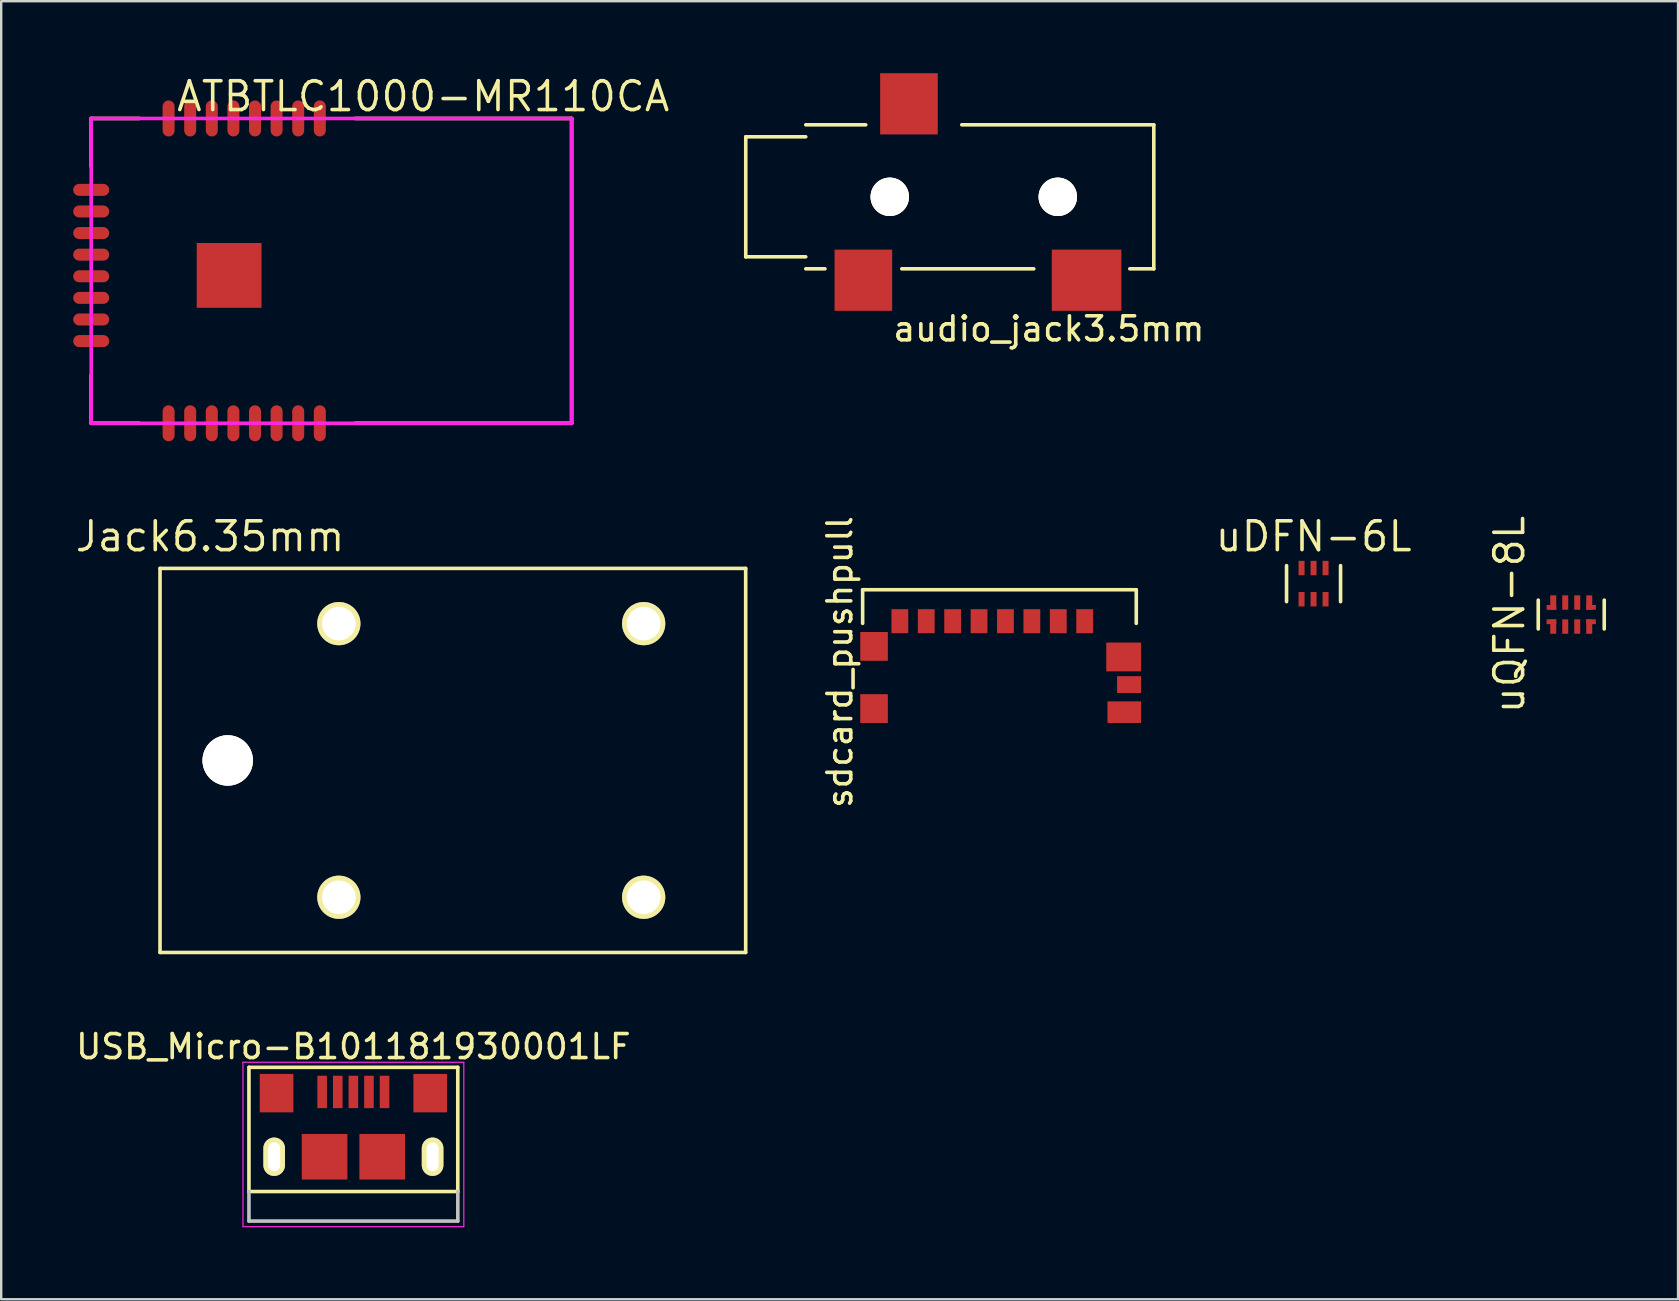
<source format=kicad_pcb>
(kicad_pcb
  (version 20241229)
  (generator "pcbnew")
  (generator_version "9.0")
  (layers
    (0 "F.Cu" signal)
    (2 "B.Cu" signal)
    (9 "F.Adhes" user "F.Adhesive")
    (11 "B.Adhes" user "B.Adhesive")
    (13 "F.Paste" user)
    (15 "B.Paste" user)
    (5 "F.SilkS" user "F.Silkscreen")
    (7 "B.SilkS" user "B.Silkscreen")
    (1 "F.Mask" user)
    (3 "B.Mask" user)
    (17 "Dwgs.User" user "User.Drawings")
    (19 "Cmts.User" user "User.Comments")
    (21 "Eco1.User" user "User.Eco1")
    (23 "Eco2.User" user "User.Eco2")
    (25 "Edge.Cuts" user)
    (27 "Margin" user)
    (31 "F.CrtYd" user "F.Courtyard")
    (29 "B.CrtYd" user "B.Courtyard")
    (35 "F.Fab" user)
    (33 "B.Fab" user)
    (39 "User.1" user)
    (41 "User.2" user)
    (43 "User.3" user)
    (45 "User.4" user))
  (footprint "ATBTLC1000-MR110CA"
    (layer "F.Cu")
    (at 0.75 8.235)
    (property "Reference" "ATBTLC1000-MR110CA" (at 13.833 -7.269 0) (layer "F.SilkS") (effects (font (size 1.2 1.2) (thickness 0.15))))
    (attr through_hole)
    (fp_line (start 0 -6.35) (end 0 -4.35) (stroke (width 0.15) (type solid)) (layer "F.SilkS"))
    (fp_line (start 0 -6.35) (end 2 -6.35) (stroke (width 0.15) (type solid)) (layer "F.SilkS"))
    (fp_line (start 0 4.35) (end 0 6.35) (stroke (width 0.15) (type solid)) (layer "F.SilkS"))
    (fp_line (start 0 6.35) (end 2 6.35) (stroke (width 0.15) (type solid)) (layer "F.SilkS"))
    (fp_line (start 11 -6.35) (end 20.015 -6.35) (stroke (width 0.15) (type solid)) (layer "F.SilkS"))
    (fp_line (start 11 6.35) (end 20.015 6.35) (stroke (width 0.15) (type solid)) (layer "F.SilkS"))
    (fp_line (start 20.015 6.35) (end 20.015 -6.35) (stroke (width 0.15) (type solid)) (layer "F.SilkS"))
    (fp_line (start 0 -6.35) (end 20.015 -6.35) (stroke (width 0.15) (type solid)) (layer "F.CrtYd"))
    (fp_line (start 0 6.35) (end 0 -6.35) (stroke (width 0.15) (type solid)) (layer "F.CrtYd"))
    (fp_line (start 0 6.35) (end 20.015 6.35) (stroke (width 0.15) (type solid)) (layer "F.CrtYd"))
    (fp_line (start 20.015 -6.35) (end 20.015 6.35) (stroke (width 0.15) (type solid)) (layer "F.CrtYd"))
    (pad "1" smd oval (at 9.524 -6.35) (size 0.5 1.5) (layers "F.Cu" "F.Mask" "F.Paste"))
    (pad "2" smd oval (at 8.624 -6.35) (size 0.5 1.5) (layers "F.Cu" "F.Mask" "F.Paste"))
    (pad "3" smd oval (at 7.724 -6.35) (size 0.5 1.5) (layers "F.Cu" "F.Mask" "F.Paste"))
    (pad "4" smd oval (at 6.824 -6.35) (size 0.5 1.5) (layers "F.Cu" "F.Mask" "F.Paste"))
    (pad "5" smd oval (at 5.924 -6.35) (size 0.5 1.5) (layers "F.Cu" "F.Mask" "F.Paste"))
    (pad "6" smd oval (at 5.024 -6.35) (size 0.5 1.5) (layers "F.Cu" "F.Mask" "F.Paste"))
    (pad "7" smd oval (at 4.124 -6.35 180) (size 0.5 1.5) (layers "F.Cu" "F.Mask" "F.Paste"))
    (pad "8" smd oval (at 3.224 -6.35 180) (size 0.5 1.5) (layers "F.Cu" "F.Mask" "F.Paste"))
    (pad "9" smd oval (at 0 -3.375 270) (size 0.5 1.5) (layers "F.Cu" "F.Mask" "F.Paste"))
    (pad "10" smd oval (at 0 -2.475 270) (size 0.5 1.5) (layers "F.Cu" "F.Mask" "F.Paste"))
    (pad "11" smd oval (at 0 -1.575 270) (size 0.5 1.5) (layers "F.Cu" "F.Mask" "F.Paste"))
    (pad "12" smd oval (at 0 -0.675 270) (size 0.5 1.5) (layers "F.Cu" "F.Mask" "F.Paste"))
    (pad "13" smd oval (at 0 0.225 270) (size 0.5 1.5) (layers "F.Cu" "F.Mask" "F.Paste"))
    (pad "14" smd oval (at 0 1.125 270) (size 0.5 1.5) (layers "F.Cu" "F.Mask" "F.Paste"))
    (pad "15" smd oval (at 0 2.025 270) (size 0.5 1.5) (layers "F.Cu" "F.Mask" "F.Paste"))
    (pad "16" smd oval (at 0 2.925 270) (size 0.5 1.5) (layers "F.Cu" "F.Mask" "F.Paste"))
    (pad "17" smd oval (at 3.224 6.35 180) (size 0.5 1.5) (layers "F.Cu" "F.Mask" "F.Paste"))
    (pad "18" smd oval (at 4.124 6.35 180) (size 0.5 1.5) (layers "F.Cu" "F.Mask" "F.Paste"))
    (pad "19" smd oval (at 5.024 6.35 180) (size 0.5 1.5) (layers "F.Cu" "F.Mask" "F.Paste"))
    (pad "20" smd oval (at 5.924 6.35 180) (size 0.5 1.5) (layers "F.Cu" "F.Mask" "F.Paste"))
    (pad "21" smd oval (at 6.824 6.35 180) (size 0.5 1.5) (layers "F.Cu" "F.Mask" "F.Paste"))
    (pad "22" smd oval (at 7.724 6.35 180) (size 0.5 1.5) (layers "F.Cu" "F.Mask" "F.Paste"))
    (pad "23" smd oval (at 8.624 6.35 180) (size 0.5 1.5) (layers "F.Cu" "F.Mask" "F.Paste"))
    (pad "24" smd oval (at 9.524 6.35 180) (size 0.5 1.5) (layers "F.Cu" "F.Mask" "F.Paste"))
    (pad "25" smd rect (at 5.746 0.189 180) (size 2.7 2.7) (layers "F.Cu" "F.Mask" "F.Paste")))
  (footprint "audio_jack3.5mm"
    (layer "F.Cu")
    (at 41.02 5.15)
    (property "Reference" "audio_jack3.5mm" (at -0.371 5.502 0) (layer "F.SilkS") (effects (font (size 1 1) (thickness 0.15))))
    (attr through_hole)
    (fp_line (start -13 -2.5) (end -13 2.5) (stroke (width 0.15) (type solid)) (layer "F.SilkS"))
    (fp_line (start -10.5 -2.5) (end -13 -2.5) (stroke (width 0.15) (type solid)) (layer "F.SilkS"))
    (fp_line (start -10.5 2.5) (end -13 2.5) (stroke (width 0.15) (type solid)) (layer "F.SilkS"))
    (fp_line (start -9.7 3) (end -10.5 3) (stroke (width 0.15) (type solid)) (layer "F.SilkS"))
    (fp_line (start -8 -3) (end -10.5 -3) (stroke (width 0.15) (type solid)) (layer "F.SilkS"))
    (fp_line (start -1 3) (end -6.5 3) (stroke (width 0.15) (type solid)) (layer "F.SilkS"))
    (fp_line (start 4 -3) (end -4 -3) (stroke (width 0.15) (type solid)) (layer "F.SilkS"))
    (fp_line (start 4 -3) (end 4 3) (stroke (width 0.15) (type solid)) (layer "F.SilkS"))
    (fp_line (start 4 3) (end 3 3) (stroke (width 0.15) (type solid)) (layer "F.SilkS"))
    (pad "" thru_hole circle (at -7 0) (size 1.6 1.6) (drill 1.6) (layers "*.Cu" "*.Mask" "F.SilkS"))
    (pad "" thru_hole circle (at 0 0) (size 1.6 1.6) (drill 1.6) (layers "*.Cu" "*.Mask" "F.SilkS"))
    (pad "1" smd rect (at -6.2 -3.875) (size 2.4 2.55) (layers "F.Cu" "F.Mask" "F.Paste"))
    (pad "2" smd rect (at 1.2 3.475) (size 2.9 2.55) (layers "F.Cu" "F.Mask" "F.Paste"))
    (pad "3" smd rect (at -8.1 3.475) (size 2.4 2.55) (layers "F.Cu" "F.Mask" "F.Paste")))
  (footprint "USB_Micro-B101181930001LF"
    (layer "F.Cu")
    (at 11.673 45.143)
    (property "Reference" "USB_Micro-B101181930001LF" (at 0 -4.587 0) (layer "F.SilkS") (effects (font (size 1 1) (thickness 0.15))))
    (attr smd)
    (fp_line (start -4.351 -3.725) (end 4.349 -3.725) (stroke (width 0.15) (type solid)) (layer "F.SilkS"))
    (fp_line (start -4.351 1.45) (end -4.351 -3.725) (stroke (width 0.15) (type solid)) (layer "F.SilkS"))
    (fp_line (start 4.349 -3.725) (end 4.349 1.45) (stroke (width 0.15) (type solid)) (layer "F.SilkS"))
    (fp_line (start 4.349 1.45) (end -4.351 1.45) (stroke (width 0.15) (type solid)) (layer "F.SilkS"))
    (fp_line (start -4.351 1.45) (end -4.351 2.68) (stroke (width 0.15) (type solid)) (layer "Dwgs.User"))
    (fp_line (start -4.351 2.68) (end 4.349 2.68) (stroke (width 0.15) (type solid)) (layer "Dwgs.User"))
    (fp_line (start 4.351 1.45) (end 4.351 2.68) (stroke (width 0.15) (type solid)) (layer "Dwgs.User"))
    (fp_line (start -4.6 -3.937) (end 4.6 -3.937) (stroke (width 0.05) (type solid)) (layer "F.CrtYd"))
    (fp_line (start -4.6 2.913) (end -4.6 -3.937) (stroke (width 0.05) (type solid)) (layer "F.CrtYd"))
    (fp_line (start 4.6 -3.937) (end 4.6 2.913) (stroke (width 0.05) (type solid)) (layer "F.CrtYd"))
    (fp_line (start 4.6 2.913) (end -4.6 2.913) (stroke (width 0.05) (type solid)) (layer "F.CrtYd"))
    (pad "1" smd rect (at -1.301 -2.7 90) (size 1.35 0.4) (layers "F.Cu" "F.Mask" "F.Paste"))
    (pad "2" smd rect (at -0.651 -2.7 90) (size 1.35 0.4) (layers "F.Cu" "F.Mask" "F.Paste"))
    (pad "3" smd rect (at -0.001 -2.7 90) (size 1.35 0.4) (layers "F.Cu" "F.Mask" "F.Paste"))
    (pad "4" smd rect (at 0.649 -2.7 90) (size 1.35 0.4) (layers "F.Cu" "F.Mask" "F.Paste"))
    (pad "5" smd rect (at 1.299 -2.7 90) (size 1.35 0.4) (layers "F.Cu" "F.Mask" "F.Paste"))
    (pad "6" thru_hole oval (at -3.3 0 90) (size 1.6 0.9) (drill oval 1.2 0.5) (layers "*.Cu" "*.Mask" "F.SilkS"))
    (pad "6" smd rect (at -3.2 -2.65 90) (size 1.6 1.4) (layers "F.Cu" "F.Mask" "F.Paste"))
    (pad "6" smd rect (at -1.2 0 90) (size 1.9 1.9) (layers "F.Cu" "F.Mask" "F.Paste"))
    (pad "6" smd rect (at 1.2 0 90) (size 1.9 1.9) (layers "F.Cu" "F.Mask" "F.Paste"))
    (pad "6" smd rect (at 3.2 -2.65 90) (size 1.6 1.4) (layers "F.Cu" "F.Mask" "F.Paste"))
    (pad "6" thru_hole oval (at 3.3 0 90) (size 1.6 0.9) (drill oval 1.2 0.5) (layers "*.Cu" "*.Mask" "F.SilkS")))
  (footprint "uQFN-8L"
    (layer "F.Cu")
    (at 62.412 22.554)
    (property "Reference" "uQFN-8L" (at -2.575 0 90) (layer "F.SilkS") (effects (font (size 1.2 1.2) (thickness 0.15))))
    (attr through_hole)
    (fp_line (start -1.375 0.6) (end -1.375 -0.6) (stroke (width 0.15) (type solid)) (layer "F.SilkS"))
    (fp_line (start 1.375 0.6) (end 1.375 -0.6) (stroke (width 0.15) (type solid)) (layer "F.SilkS"))
    (pad "1" smd rect (at -0.826 0.3) (size 0.4 0.2) (layers "F.Cu" "F.Mask" "F.Paste"))
    (pad "1" smd rect (at -0.75 0.5) (size 0.25 0.6) (layers "F.Cu" "F.Mask" "F.Paste"))
    (pad "2" smd rect (at -0.25 0.5) (size 0.25 0.6) (layers "F.Cu" "F.Mask" "F.Paste"))
    (pad "3" smd rect (at 0.25 0.5) (size 0.25 0.6) (layers "F.Cu" "F.Mask" "F.Paste"))
    (pad "4" smd rect (at 0.75 0.5) (size 0.25 0.6) (layers "F.Cu" "F.Mask" "F.Paste"))
    (pad "4" smd rect (at 0.826 0.3) (size 0.4 0.2) (layers "F.Cu" "F.Mask" "F.Paste"))
    (pad "5" smd rect (at 0.75 -0.5) (size 0.25 0.6) (layers "F.Cu" "F.Mask" "F.Paste"))
    (pad "5" smd rect (at 0.826 -0.3) (size 0.4 0.2) (layers "F.Cu" "F.Mask" "F.Paste"))
    (pad "6" smd rect (at 0.25 -0.5) (size 0.25 0.6) (layers "F.Cu" "F.Mask" "F.Paste"))
    (pad "7" smd rect (at -0.25 -0.5) (size 0.25 0.6) (layers "F.Cu" "F.Mask" "F.Paste"))
    (pad "8" smd rect (at -0.826 -0.297) (size 0.4 0.2) (layers "F.Cu" "F.Mask" "F.Paste"))
    (pad "8" smd rect (at -0.75 -0.5) (size 0.25 0.6) (layers "F.Cu" "F.Mask" "F.Paste")))
  (footprint "Jack6.35mm"
    (layer "F.Cu")
    (at 17.417 28.632)
    (property "Reference" "Jack6.35mm" (at -11.712 -9.332 180) (layer "F.SilkS") (effects (font (size 1.2 1.2) (thickness 0.15))))
    (attr through_hole)
    (fp_line (start -13.8 -8) (end -13.8 8) (stroke (width 0.15) (type solid)) (layer "F.SilkS"))
    (fp_line (start -13.8 -8) (end 10.6 -8) (stroke (width 0.15) (type solid)) (layer "F.SilkS"))
    (fp_line (start -13.8 8) (end 10.6 8) (stroke (width 0.15) (type solid)) (layer "F.SilkS"))
    (fp_line (start 10.6 -8) (end 10.6 8) (stroke (width 0.15) (type solid)) (layer "F.SilkS"))
    (pad "" thru_hole circle (at -10.98 0) (size 2.1 2.1) (drill 2.1) (layers "*.Cu" "*.Mask" "F.SilkS"))
    (pad "1" thru_hole circle (at 6.35 5.7) (size 1.8 1.8) (drill 1.4) (layers "*.Cu" "*.Mask" "F.SilkS"))
    (pad "3" thru_hole circle (at -6.35 5.7) (size 1.8 1.8) (drill 1.4) (layers "*.Cu" "*.Mask" "F.SilkS"))
    (pad "4" thru_hole circle (at 6.35 -5.7) (size 1.8 1.8) (drill 1.4) (layers "*.Cu" "*.Mask" "F.SilkS"))
    (pad "6" thru_hole circle (at -6.35 -5.7) (size 1.8 1.8) (drill 1.4) (layers "*.Cu" "*.Mask" "F.SilkS")))
  (footprint "uDFN-6L"
    (layer "F.Cu")
    (at 51.676 21.266)
    (property "Reference" "uDFN-6L" (at 0.005 -1.966 180) (layer "F.SilkS") (effects (font (size 1.2 1.2) (thickness 0.15))))
    (attr through_hole)
    (fp_line (start -1.125 -0.75) (end -1.125 0.75) (stroke (width 0.15) (type solid)) (layer "F.SilkS"))
    (fp_line (start 1.125 0.75) (end 1.125 -0.75) (stroke (width 0.15) (type solid)) (layer "F.SilkS"))
    (pad "1" smd rect (at -0.5 0.65) (size 0.25 0.6) (layers "F.Cu" "F.Mask" "F.Paste"))
    (pad "2" smd rect (at 0 0.65) (size 0.25 0.6) (layers "F.Cu" "F.Mask" "F.Paste"))
    (pad "3" smd rect (at 0.5 0.65) (size 0.25 0.6) (layers "F.Cu" "F.Mask" "F.Paste"))
    (pad "4" smd rect (at 0.5 -0.65) (size 0.25 0.6) (layers "F.Cu" "F.Mask" "F.Paste"))
    (pad "5" smd rect (at 0 -0.65) (size 0.25 0.6) (layers "F.Cu" "F.Mask" "F.Paste"))
    (pad "6" smd rect (at -0.5 -0.65) (size 0.25 0.6) (layers "F.Cu" "F.Mask" "F.Paste")))
  (footprint "sdcard_pushpull"
    (layer "F.Cu")
    (at 38.29 27.071)
    (property "Reference" "sdcard_pushpull" (at -6.35 -2.54 90) (layer "F.SilkS") (effects (font (size 1 1) (thickness 0.15))))
    (attr through_hole)
    (fp_line (start -5.4 -5.55) (end -5.4 -4.15) (stroke (width 0.15) (type solid)) (layer "F.SilkS"))
    (fp_line (start -5.4 -5.55) (end 6 -5.55) (stroke (width 0.15) (type solid)) (layer "F.SilkS"))
    (fp_line (start 6 -5.55) (end 6 -4.15) (stroke (width 0.15) (type solid)) (layer "F.SilkS"))
    (pad "" smd rect (at -4.925 -3.19) (size 1.15 1.2) (layers "F.Cu" "F.Mask" "F.Paste"))
    (pad "" smd rect (at -4.925 -0.6) (size 1.15 1.2) (layers "F.Cu" "F.Mask" "F.Paste"))
    (pad "" smd rect (at 5.475 -2.75) (size 1.45 1.2) (layers "F.Cu" "F.Mask" "F.Paste"))
    (pad "" smd rect (at 5.5 -0.45) (size 1.4 0.9) (layers "F.Cu" "F.Mask" "F.Paste"))
    (pad "" smd rect (at 5.7 -1.6) (size 1 0.7) (layers "F.Cu" "F.Mask" "F.Paste"))
    (pad "1" smd rect (at 3.85 -4.24) (size 0.7 1) (layers "F.Cu" "F.Mask" "F.Paste"))
    (pad "2" smd rect (at 2.75 -4.24) (size 0.7 1) (layers "F.Cu" "F.Mask" "F.Paste"))
    (pad "3" smd rect (at 1.65 -4.24) (size 0.7 1) (layers "F.Cu" "F.Mask" "F.Paste"))
    (pad "4" smd rect (at 0.55 -4.24) (size 0.7 1) (layers "F.Cu" "F.Mask" "F.Paste"))
    (pad "5" smd rect (at -0.55 -4.24) (size 0.7 1) (layers "F.Cu" "F.Mask" "F.Paste"))
    (pad "6" smd rect (at -1.65 -4.24) (size 0.7 1) (layers "F.Cu" "F.Mask" "F.Paste"))
    (pad "7" smd rect (at -2.75 -4.24) (size 0.7 1) (layers "F.Cu" "F.Mask" "F.Paste"))
    (pad "8" smd rect (at -3.85 -4.24) (size 0.7 1) (layers "F.Cu" "F.Mask" "F.Paste")))
  (gr_rect
    (start -3 -3)
    (end 66.862 51.08)
    (stroke (width 0.1) (type default))
    (fill no)
    (layer "Edge.Cuts")))
</source>
